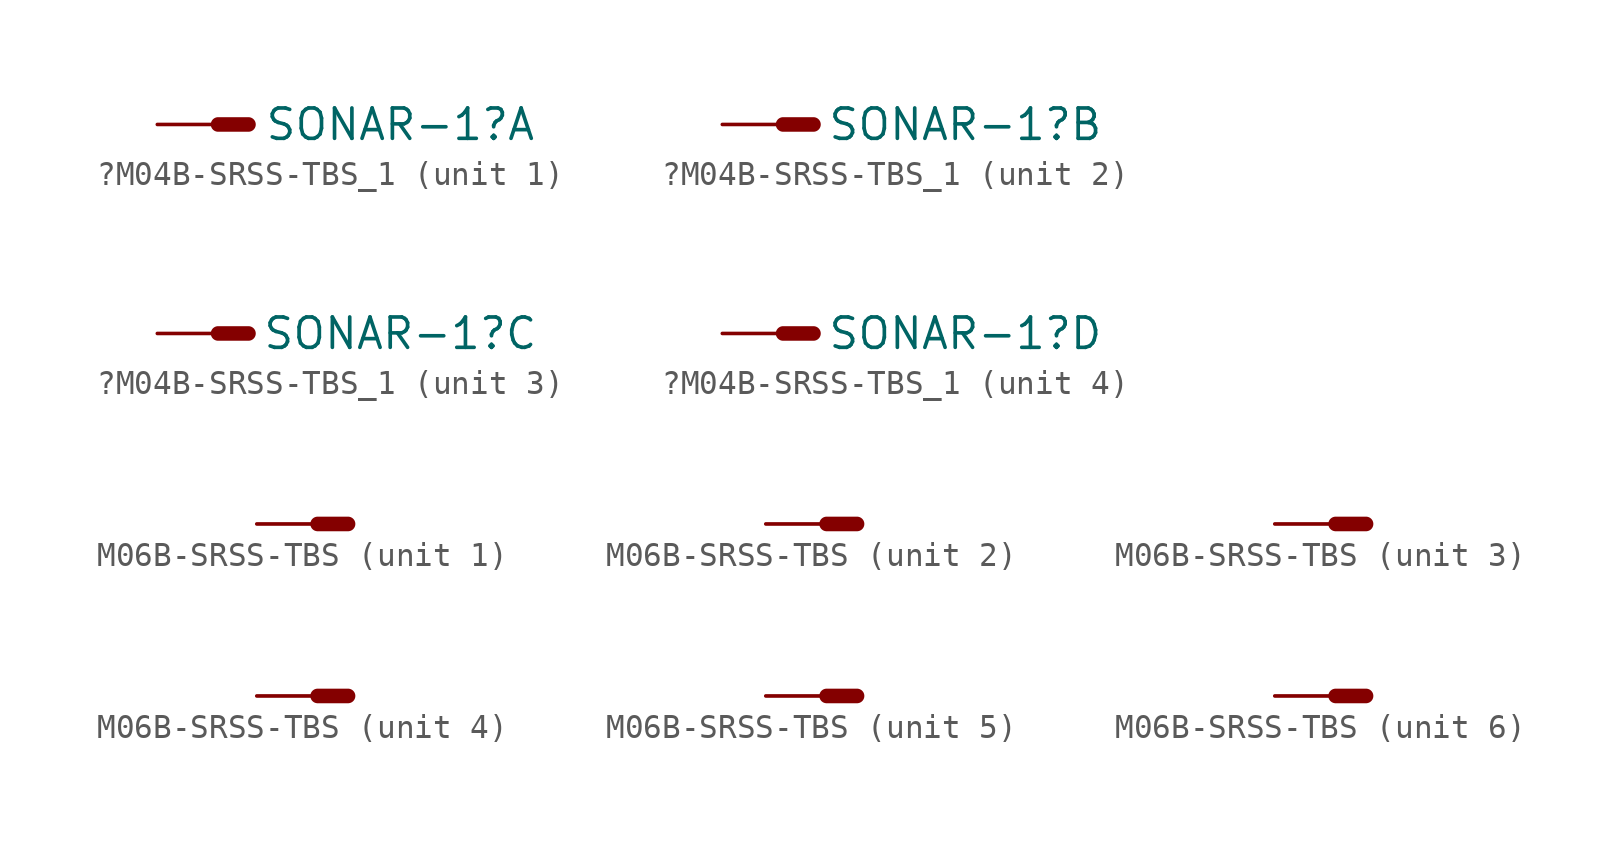
<source format=kicad_sym>
(kicad_symbol_lib
  (version 20211014)
  (generator kicad_symbol_editor)
  (symbol "?M04B-SRSS-TBS_1"
    (property "Reference" "SONAR-1"
      (at 7.62 0 0)
      (effects (font (size 1.27 1.27))))
    (symbol "?M04B-SRSS-TBS_1_0_1"
      (polyline (pts (xy 0 0) (xy 1.27 0)) (stroke (width 0.61) (type default) (color 0 0 0 0)) (fill (type none))))
    (symbol "?M04B-SRSS-TBS_1_1_1"
      (pin passive line (at -2.54 0 0) (length 2.54) (name "S" (effects (font (size 0 0)))) (number "1" (effects (font (size 0 0))))))
    (symbol "?M04B-SRSS-TBS_1_2_1"
      (pin passive line (at -2.54 0 0) (length 2.54) (name "S" (effects (font (size 0 0)))) (number "2" (effects (font (size 0 0))))))
    (symbol "?M04B-SRSS-TBS_1_3_1"
      (pin passive line (at -2.54 0 0) (length 2.54) (name "S" (effects (font (size 0 0)))) (number "3" (effects (font (size 0 0))))))
    (symbol "?M04B-SRSS-TBS_1_4_1"
      (pin passive line (at -2.54 0 0) (length 2.54) (name "S" (effects (font (size 0 0)))) (number "4" (effects (font (size 0 0)))))))
  (symbol "M06B-SRSS-TBS"
    (property "Reference" "U"
      (at -0.254 4.572 0)
      (effects (font (size 1.27 1.27)) hide))
    (symbol "M06B-SRSS-TBS_1_1"
      (polyline (pts (xy 1.27 0) (xy 2.54 0)) (stroke (width 0.61) (type default) (color 0 0 0 0)) (fill (type none)))
      (pin passive line (at -1.27 0 0) (length 2.54) (name "S" (effects (font (size 0 0)))) (number "1" (effects (font (size 0 0))))))
    (symbol "M06B-SRSS-TBS_2_1"
      (polyline (pts (xy 1.27 0) (xy 2.54 0)) (stroke (width 0.61) (type default) (color 0 0 0 0)) (fill (type none)))
      (pin passive line (at -1.27 0 0) (length 2.54) (name "S" (effects (font (size 0 0)))) (number "2" (effects (font (size 0 0))))))
    (symbol "M06B-SRSS-TBS_3_1"
      (polyline (pts (xy 1.27 0) (xy 2.54 0)) (stroke (width 0.61) (type default) (color 0 0 0 0)) (fill (type none)))
      (pin passive line (at -1.27 0 0) (length 2.54) (name "S" (effects (font (size 0 0)))) (number "3" (effects (font (size 0 0))))))
    (symbol "M06B-SRSS-TBS_4_1"
      (polyline (pts (xy 1.27 0) (xy 2.54 0)) (stroke (width 0.61) (type default) (color 0 0 0 0)) (fill (type none)))
      (pin passive line (at -1.27 0 0) (length 2.54) (name "S" (effects (font (size 0 0)))) (number "4" (effects (font (size 0 0))))))
    (symbol "M06B-SRSS-TBS_5_1"
      (polyline (pts (xy 1.27 0) (xy 2.54 0)) (stroke (width 0.61) (type default) (color 0 0 0 0)) (fill (type none)))
      (pin passive line (at -1.27 0 0) (length 2.54) (name "S" (effects (font (size 0 0)))) (number "5" (effects (font (size 0 0))))))
    (symbol "M06B-SRSS-TBS_6_1"
      (polyline (pts (xy 1.27 0) (xy 2.54 0)) (stroke (width 0.61) (type default) (color 0 0 0 0)) (fill (type none)))
      (pin passive line (at -1.27 0 0) (length 2.54) (name "S" (effects (font (size 0 0)))) (number "6" (effects (font (size 0 0))))))))
</source>
